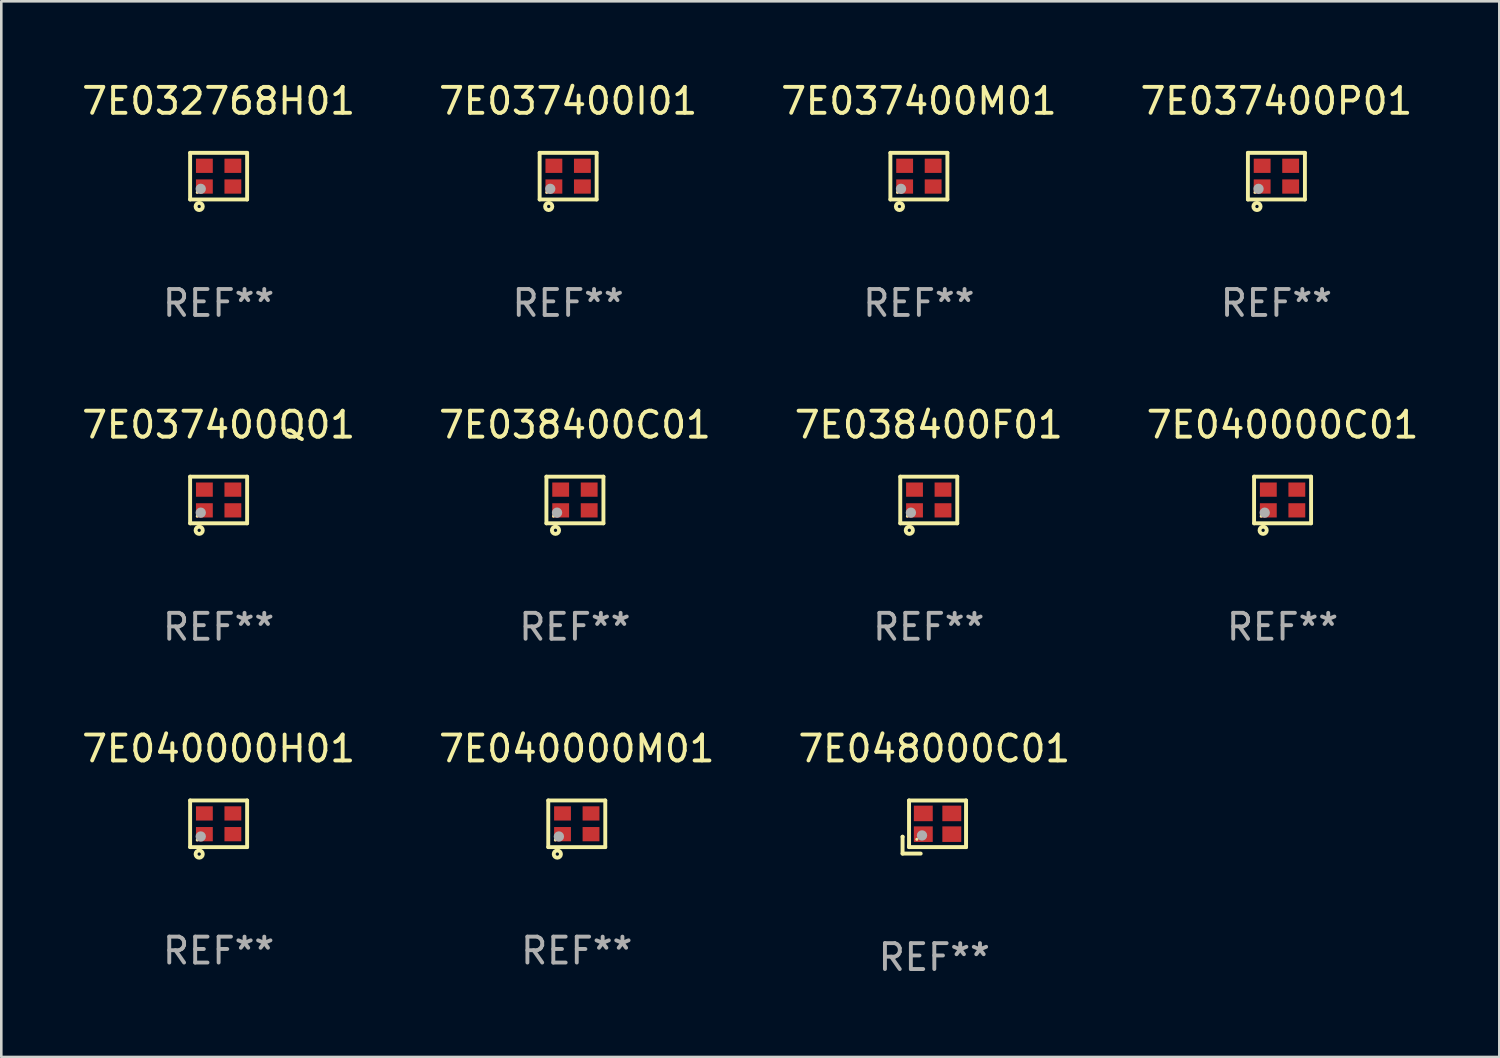
<source format=kicad_pcb>
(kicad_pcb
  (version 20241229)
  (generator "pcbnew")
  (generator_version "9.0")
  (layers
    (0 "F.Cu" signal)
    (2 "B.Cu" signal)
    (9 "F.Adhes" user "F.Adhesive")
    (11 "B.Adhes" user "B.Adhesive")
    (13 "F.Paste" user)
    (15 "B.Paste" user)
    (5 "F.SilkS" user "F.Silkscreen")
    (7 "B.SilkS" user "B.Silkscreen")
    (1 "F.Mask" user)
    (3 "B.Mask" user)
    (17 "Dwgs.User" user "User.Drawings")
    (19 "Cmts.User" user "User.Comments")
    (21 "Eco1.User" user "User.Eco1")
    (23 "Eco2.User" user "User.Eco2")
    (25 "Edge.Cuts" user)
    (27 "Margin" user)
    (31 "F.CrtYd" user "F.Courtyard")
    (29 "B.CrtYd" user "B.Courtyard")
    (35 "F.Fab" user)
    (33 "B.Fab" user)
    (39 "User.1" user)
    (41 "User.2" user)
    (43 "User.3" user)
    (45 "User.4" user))
  (footprint "7E038400F01"
    (layer "F.Cu")
    (at 32.792 16.245)
    (property "Reference" "7E038400F01" (at 0 -2.9 0) (layer "F.SilkS") (effects (font (size 1 1) (thickness 0.15))))
    (attr through_hole)
    (fp_line (start -1.1 -0.9) (end -1.1 0.9) (stroke (width 0.15) (type solid)) (layer "F.SilkS"))
    (fp_line (start -1.1 -0.9) (end 1.1 -0.9) (stroke (width 0.15) (type solid)) (layer "F.SilkS"))
    (fp_line (start -1.1 0.9) (end 1.1 0.9) (stroke (width 0.15) (type solid)) (layer "F.SilkS"))
    (fp_line (start 1.1 -0.9) (end 1.1 0.9) (stroke (width 0.15) (type solid)) (layer "F.SilkS"))
    (fp_circle (center -0.825 0.625) (end -0.795 0.625) (stroke (width 0.06) (type solid)) (fill no) (layer "F.SilkS"))
    (fp_circle (center -0.75 1.17) (end -0.686 1.17) (stroke (width 0.15) (type solid)) (fill no) (layer "F.SilkS"))
    (fp_circle (center -0.69 0.49) (end -0.59 0.49) (stroke (width 0.2) (type solid)) (fill no) (layer "F.Fab"))
    (fp_text user "REF**" (at 0 4.9 0) (layer "F.Fab") (effects (font (size 1 1) (thickness 0.15))))
    (pad "1" smd rect (at -0.55 0.4) (size 0.65 0.55) (layers "F.Cu" "F.Mask" "F.Paste"))
    (pad "2" smd rect (at 0.55 0.4) (size 0.65 0.55) (layers "F.Cu" "F.Mask" "F.Paste"))
    (pad "3" smd rect (at 0.55 -0.4) (size 0.65 0.55) (layers "F.Cu" "F.Mask" "F.Paste"))
    (pad "4" smd rect (at -0.55 -0.4) (size 0.65 0.55) (layers "F.Cu" "F.Mask" "F.Paste")))
  (footprint "7E037400Q01"
    (layer "F.Cu")
    (at 5.387 16.245)
    (property "Reference" "7E037400Q01" (at 0 -2.9 0) (layer "F.SilkS") (effects (font (size 1 1) (thickness 0.15))))
    (attr through_hole)
    (fp_line (start -1.1 -0.9) (end -1.1 0.9) (stroke (width 0.15) (type solid)) (layer "F.SilkS"))
    (fp_line (start -1.1 -0.9) (end 1.1 -0.9) (stroke (width 0.15) (type solid)) (layer "F.SilkS"))
    (fp_line (start -1.1 0.9) (end 1.1 0.9) (stroke (width 0.15) (type solid)) (layer "F.SilkS"))
    (fp_line (start 1.1 -0.9) (end 1.1 0.9) (stroke (width 0.15) (type solid)) (layer "F.SilkS"))
    (fp_circle (center -0.825 0.625) (end -0.795 0.625) (stroke (width 0.06) (type solid)) (fill no) (layer "F.SilkS"))
    (fp_circle (center -0.75 1.17) (end -0.686 1.17) (stroke (width 0.15) (type solid)) (fill no) (layer "F.SilkS"))
    (fp_circle (center -0.69 0.49) (end -0.59 0.49) (stroke (width 0.2) (type solid)) (fill no) (layer "F.Fab"))
    (fp_text user "REF**" (at 0 4.9 0) (layer "F.Fab") (effects (font (size 1 1) (thickness 0.15))))
    (pad "1" smd rect (at -0.55 0.4) (size 0.65 0.55) (layers "F.Cu" "F.Mask" "F.Paste"))
    (pad "2" smd rect (at 0.55 0.4) (size 0.65 0.55) (layers "F.Cu" "F.Mask" "F.Paste"))
    (pad "3" smd rect (at 0.55 -0.4) (size 0.65 0.55) (layers "F.Cu" "F.Mask" "F.Paste"))
    (pad "4" smd rect (at -0.55 -0.4) (size 0.65 0.55) (layers "F.Cu" "F.Mask" "F.Paste")))
  (footprint "7E040000M01"
    (layer "F.Cu")
    (at 19.208 28.741)
    (property "Reference" "7E040000M01" (at 0 -2.9 0) (layer "F.SilkS") (effects (font (size 1 1) (thickness 0.15))))
    (attr through_hole)
    (fp_line (start -1.1 -0.9) (end -1.1 0.9) (stroke (width 0.15) (type solid)) (layer "F.SilkS"))
    (fp_line (start -1.1 -0.9) (end 1.1 -0.9) (stroke (width 0.15) (type solid)) (layer "F.SilkS"))
    (fp_line (start -1.1 0.9) (end 1.1 0.9) (stroke (width 0.15) (type solid)) (layer "F.SilkS"))
    (fp_line (start 1.1 -0.9) (end 1.1 0.9) (stroke (width 0.15) (type solid)) (layer "F.SilkS"))
    (fp_circle (center -0.825 0.625) (end -0.795 0.625) (stroke (width 0.06) (type solid)) (fill no) (layer "F.SilkS"))
    (fp_circle (center -0.75 1.17) (end -0.686 1.17) (stroke (width 0.15) (type solid)) (fill no) (layer "F.SilkS"))
    (fp_circle (center -0.69 0.49) (end -0.59 0.49) (stroke (width 0.2) (type solid)) (fill no) (layer "F.Fab"))
    (fp_text user "REF**" (at 0 4.9 0) (layer "F.Fab") (effects (font (size 1 1) (thickness 0.15))))
    (pad "1" smd rect (at -0.55 0.4) (size 0.65 0.55) (layers "F.Cu" "F.Mask" "F.Paste"))
    (pad "2" smd rect (at 0.55 0.4) (size 0.65 0.55) (layers "F.Cu" "F.Mask" "F.Paste"))
    (pad "3" smd rect (at 0.55 -0.4) (size 0.65 0.55) (layers "F.Cu" "F.Mask" "F.Paste"))
    (pad "4" smd rect (at -0.55 -0.4) (size 0.65 0.55) (layers "F.Cu" "F.Mask" "F.Paste")))
  (footprint "7E038400C01"
    (layer "F.Cu")
    (at 19.137 16.245)
    (property "Reference" "7E038400C01" (at 0 -2.9 0) (layer "F.SilkS") (effects (font (size 1 1) (thickness 0.15))))
    (attr through_hole)
    (fp_line (start -1.1 -0.9) (end -1.1 0.9) (stroke (width 0.15) (type solid)) (layer "F.SilkS"))
    (fp_line (start -1.1 -0.9) (end 1.1 -0.9) (stroke (width 0.15) (type solid)) (layer "F.SilkS"))
    (fp_line (start -1.1 0.9) (end 1.1 0.9) (stroke (width 0.15) (type solid)) (layer "F.SilkS"))
    (fp_line (start 1.1 -0.9) (end 1.1 0.9) (stroke (width 0.15) (type solid)) (layer "F.SilkS"))
    (fp_circle (center -0.825 0.625) (end -0.795 0.625) (stroke (width 0.06) (type solid)) (fill no) (layer "F.SilkS"))
    (fp_circle (center -0.75 1.17) (end -0.686 1.17) (stroke (width 0.15) (type solid)) (fill no) (layer "F.SilkS"))
    (fp_circle (center -0.69 0.49) (end -0.59 0.49) (stroke (width 0.2) (type solid)) (fill no) (layer "F.Fab"))
    (fp_text user "REF**" (at 0 4.9 0) (layer "F.Fab") (effects (font (size 1 1) (thickness 0.15))))
    (pad "1" smd rect (at -0.55 0.4) (size 0.65 0.55) (layers "F.Cu" "F.Mask" "F.Paste"))
    (pad "2" smd rect (at 0.55 0.4) (size 0.65 0.55) (layers "F.Cu" "F.Mask" "F.Paste"))
    (pad "3" smd rect (at 0.55 -0.4) (size 0.65 0.55) (layers "F.Cu" "F.Mask" "F.Paste"))
    (pad "4" smd rect (at -0.55 -0.4) (size 0.65 0.55) (layers "F.Cu" "F.Mask" "F.Paste")))
  (footprint "7E048000C01"
    (layer "F.Cu")
    (at 33.006 28.866)
    (property "Reference" "7E048000C01" (at 0 -3.025 0) (layer "F.SilkS") (effects (font (size 1 1) (thickness 0.15))))
    (attr through_hole)
    (fp_line (start -1.225 0.375) (end -1.225 0.375) (stroke (width 0.152) (type solid)) (layer "F.SilkS"))
    (fp_line (start -1.225 0.375) (end -1.225 1.025) (stroke (width 0.152) (type solid)) (layer "F.SilkS"))
    (fp_line (start -1.225 1.025) (end -0.526 1.025) (stroke (width 0.152) (type solid)) (layer "F.SilkS"))
    (fp_line (start -0.975 -1.025) (end -0.975 0.725) (stroke (width 0.152) (type solid)) (layer "F.SilkS"))
    (fp_line (start -0.975 0.725) (end -0.975 0.775) (stroke (width 0.152) (type solid)) (layer "F.SilkS"))
    (fp_line (start -0.975 0.775) (end 1.225 0.775) (stroke (width 0.152) (type solid)) (layer "F.SilkS"))
    (fp_line (start 1.225 -1.025) (end -0.975 -1.025) (stroke (width 0.152) (type solid)) (layer "F.SilkS"))
    (fp_line (start 1.225 0.775) (end 1.225 -1.025) (stroke (width 0.152) (type solid)) (layer "F.SilkS"))
    (fp_circle (center -0.675 0.475) (end -0.645 0.475) (stroke (width 0.06) (type solid)) (fill no) (layer "F.SilkS"))
    (fp_circle (center -0.475 0.325) (end -0.375 0.325) (stroke (width 0.2) (type solid)) (fill no) (layer "F.Fab"))
    (fp_text user "REF**" (at 0 5.025 0) (layer "F.Fab") (effects (font (size 1 1) (thickness 0.15))))
    (pad "1" smd rect (at -0.425 0.275) (size 0.73 0.6) (layers "F.Cu" "F.Mask" "F.Paste"))
    (pad "2" smd rect (at 0.675 0.275) (size 0.73 0.6) (layers "F.Cu" "F.Mask" "F.Paste"))
    (pad "3" smd rect (at 0.675 -0.525) (size 0.73 0.6) (layers "F.Cu" "F.Mask" "F.Paste"))
    (pad "4" smd rect (at -0.425 -0.525) (size 0.73 0.6) (layers "F.Cu" "F.Mask" "F.Paste")))
  (footprint "7E037400M01"
    (layer "F.Cu")
    (at 32.411 3.748)
    (property "Reference" "7E037400M01" (at 0 -2.9 0) (layer "F.SilkS") (effects (font (size 1 1) (thickness 0.15))))
    (attr through_hole)
    (fp_line (start -1.1 -0.9) (end -1.1 0.9) (stroke (width 0.15) (type solid)) (layer "F.SilkS"))
    (fp_line (start -1.1 -0.9) (end 1.1 -0.9) (stroke (width 0.15) (type solid)) (layer "F.SilkS"))
    (fp_line (start -1.1 0.9) (end 1.1 0.9) (stroke (width 0.15) (type solid)) (layer "F.SilkS"))
    (fp_line (start 1.1 -0.9) (end 1.1 0.9) (stroke (width 0.15) (type solid)) (layer "F.SilkS"))
    (fp_circle (center -0.825 0.625) (end -0.795 0.625) (stroke (width 0.06) (type solid)) (fill no) (layer "F.SilkS"))
    (fp_circle (center -0.75 1.17) (end -0.686 1.17) (stroke (width 0.15) (type solid)) (fill no) (layer "F.SilkS"))
    (fp_circle (center -0.69 0.49) (end -0.59 0.49) (stroke (width 0.2) (type solid)) (fill no) (layer "F.Fab"))
    (fp_text user "REF**" (at 0 4.9 0) (layer "F.Fab") (effects (font (size 1 1) (thickness 0.15))))
    (pad "1" smd rect (at -0.55 0.4) (size 0.65 0.55) (layers "F.Cu" "F.Mask" "F.Paste"))
    (pad "2" smd rect (at 0.55 0.4) (size 0.65 0.55) (layers "F.Cu" "F.Mask" "F.Paste"))
    (pad "3" smd rect (at 0.55 -0.4) (size 0.65 0.55) (layers "F.Cu" "F.Mask" "F.Paste"))
    (pad "4" smd rect (at -0.55 -0.4) (size 0.65 0.55) (layers "F.Cu" "F.Mask" "F.Paste")))
  (footprint "7E037400P01"
    (layer "F.Cu")
    (at 46.208 3.748)
    (property "Reference" "7E037400P01" (at 0 -2.9 0) (layer "F.SilkS") (effects (font (size 1 1) (thickness 0.15))))
    (attr through_hole)
    (fp_line (start -1.1 -0.9) (end -1.1 0.9) (stroke (width 0.15) (type solid)) (layer "F.SilkS"))
    (fp_line (start -1.1 -0.9) (end 1.1 -0.9) (stroke (width 0.15) (type solid)) (layer "F.SilkS"))
    (fp_line (start -1.1 0.9) (end 1.1 0.9) (stroke (width 0.15) (type solid)) (layer "F.SilkS"))
    (fp_line (start 1.1 -0.9) (end 1.1 0.9) (stroke (width 0.15) (type solid)) (layer "F.SilkS"))
    (fp_circle (center -0.825 0.625) (end -0.795 0.625) (stroke (width 0.06) (type solid)) (fill no) (layer "F.SilkS"))
    (fp_circle (center -0.75 1.17) (end -0.686 1.17) (stroke (width 0.15) (type solid)) (fill no) (layer "F.SilkS"))
    (fp_circle (center -0.69 0.49) (end -0.59 0.49) (stroke (width 0.2) (type solid)) (fill no) (layer "F.Fab"))
    (fp_text user "REF**" (at 0 4.9 0) (layer "F.Fab") (effects (font (size 1 1) (thickness 0.15))))
    (pad "1" smd rect (at -0.55 0.4) (size 0.65 0.55) (layers "F.Cu" "F.Mask" "F.Paste"))
    (pad "2" smd rect (at 0.55 0.4) (size 0.65 0.55) (layers "F.Cu" "F.Mask" "F.Paste"))
    (pad "3" smd rect (at 0.55 -0.4) (size 0.65 0.55) (layers "F.Cu" "F.Mask" "F.Paste"))
    (pad "4" smd rect (at -0.55 -0.4) (size 0.65 0.55) (layers "F.Cu" "F.Mask" "F.Paste")))
  (footprint "7E037400I01"
    (layer "F.Cu")
    (at 18.875 3.748)
    (property "Reference" "7E037400I01" (at 0 -2.9 0) (layer "F.SilkS") (effects (font (size 1 1) (thickness 0.15))))
    (attr through_hole)
    (fp_line (start -1.1 -0.9) (end -1.1 0.9) (stroke (width 0.15) (type solid)) (layer "F.SilkS"))
    (fp_line (start -1.1 -0.9) (end 1.1 -0.9) (stroke (width 0.15) (type solid)) (layer "F.SilkS"))
    (fp_line (start -1.1 0.9) (end 1.1 0.9) (stroke (width 0.15) (type solid)) (layer "F.SilkS"))
    (fp_line (start 1.1 -0.9) (end 1.1 0.9) (stroke (width 0.15) (type solid)) (layer "F.SilkS"))
    (fp_circle (center -0.825 0.625) (end -0.795 0.625) (stroke (width 0.06) (type solid)) (fill no) (layer "F.SilkS"))
    (fp_circle (center -0.75 1.17) (end -0.686 1.17) (stroke (width 0.15) (type solid)) (fill no) (layer "F.SilkS"))
    (fp_circle (center -0.69 0.49) (end -0.59 0.49) (stroke (width 0.2) (type solid)) (fill no) (layer "F.Fab"))
    (fp_text user "REF**" (at 0 4.9 0) (layer "F.Fab") (effects (font (size 1 1) (thickness 0.15))))
    (pad "1" smd rect (at -0.55 0.4) (size 0.65 0.55) (layers "F.Cu" "F.Mask" "F.Paste"))
    (pad "2" smd rect (at 0.55 0.4) (size 0.65 0.55) (layers "F.Cu" "F.Mask" "F.Paste"))
    (pad "3" smd rect (at 0.55 -0.4) (size 0.65 0.55) (layers "F.Cu" "F.Mask" "F.Paste"))
    (pad "4" smd rect (at -0.55 -0.4) (size 0.65 0.55) (layers "F.Cu" "F.Mask" "F.Paste")))
  (footprint "7E040000H01"
    (layer "F.Cu")
    (at 5.387 28.741)
    (property "Reference" "7E040000H01" (at 0 -2.9 0) (layer "F.SilkS") (effects (font (size 1 1) (thickness 0.15))))
    (attr through_hole)
    (fp_line (start -1.1 -0.9) (end -1.1 0.9) (stroke (width 0.15) (type solid)) (layer "F.SilkS"))
    (fp_line (start -1.1 -0.9) (end 1.1 -0.9) (stroke (width 0.15) (type solid)) (layer "F.SilkS"))
    (fp_line (start -1.1 0.9) (end 1.1 0.9) (stroke (width 0.15) (type solid)) (layer "F.SilkS"))
    (fp_line (start 1.1 -0.9) (end 1.1 0.9) (stroke (width 0.15) (type solid)) (layer "F.SilkS"))
    (fp_circle (center -0.825 0.625) (end -0.795 0.625) (stroke (width 0.06) (type solid)) (fill no) (layer "F.SilkS"))
    (fp_circle (center -0.75 1.17) (end -0.686 1.17) (stroke (width 0.15) (type solid)) (fill no) (layer "F.SilkS"))
    (fp_circle (center -0.69 0.49) (end -0.59 0.49) (stroke (width 0.2) (type solid)) (fill no) (layer "F.Fab"))
    (fp_text user "REF**" (at 0 4.9 0) (layer "F.Fab") (effects (font (size 1 1) (thickness 0.15))))
    (pad "1" smd rect (at -0.55 0.4) (size 0.65 0.55) (layers "F.Cu" "F.Mask" "F.Paste"))
    (pad "2" smd rect (at 0.55 0.4) (size 0.65 0.55) (layers "F.Cu" "F.Mask" "F.Paste"))
    (pad "3" smd rect (at 0.55 -0.4) (size 0.65 0.55) (layers "F.Cu" "F.Mask" "F.Paste"))
    (pad "4" smd rect (at -0.55 -0.4) (size 0.65 0.55) (layers "F.Cu" "F.Mask" "F.Paste")))
  (footprint "7E032768H01"
    (layer "F.Cu")
    (at 5.387 3.748)
    (property "Reference" "7E032768H01" (at 0 -2.9 0) (layer "F.SilkS") (effects (font (size 1 1) (thickness 0.15))))
    (attr through_hole)
    (fp_line (start -1.1 -0.9) (end -1.1 0.9) (stroke (width 0.15) (type solid)) (layer "F.SilkS"))
    (fp_line (start -1.1 -0.9) (end 1.1 -0.9) (stroke (width 0.15) (type solid)) (layer "F.SilkS"))
    (fp_line (start -1.1 0.9) (end 1.1 0.9) (stroke (width 0.15) (type solid)) (layer "F.SilkS"))
    (fp_line (start 1.1 -0.9) (end 1.1 0.9) (stroke (width 0.15) (type solid)) (layer "F.SilkS"))
    (fp_circle (center -0.825 0.625) (end -0.795 0.625) (stroke (width 0.06) (type solid)) (fill no) (layer "F.SilkS"))
    (fp_circle (center -0.75 1.17) (end -0.686 1.17) (stroke (width 0.15) (type solid)) (fill no) (layer "F.SilkS"))
    (fp_circle (center -0.69 0.49) (end -0.59 0.49) (stroke (width 0.2) (type solid)) (fill no) (layer "F.Fab"))
    (fp_text user "REF**" (at 0 4.9 0) (layer "F.Fab") (effects (font (size 1 1) (thickness 0.15))))
    (pad "1" smd rect (at -0.55 0.4) (size 0.65 0.55) (layers "F.Cu" "F.Mask" "F.Paste"))
    (pad "2" smd rect (at 0.55 0.4) (size 0.65 0.55) (layers "F.Cu" "F.Mask" "F.Paste"))
    (pad "3" smd rect (at 0.55 -0.4) (size 0.65 0.55) (layers "F.Cu" "F.Mask" "F.Paste"))
    (pad "4" smd rect (at -0.55 -0.4) (size 0.65 0.55) (layers "F.Cu" "F.Mask" "F.Paste")))
  (footprint "7E040000C01"
    (layer "F.Cu")
    (at 46.446 16.245)
    (property "Reference" "7E040000C01" (at 0 -2.9 0) (layer "F.SilkS") (effects (font (size 1 1) (thickness 0.15))))
    (attr through_hole)
    (fp_line (start -1.1 -0.9) (end -1.1 0.9) (stroke (width 0.15) (type solid)) (layer "F.SilkS"))
    (fp_line (start -1.1 -0.9) (end 1.1 -0.9) (stroke (width 0.15) (type solid)) (layer "F.SilkS"))
    (fp_line (start -1.1 0.9) (end 1.1 0.9) (stroke (width 0.15) (type solid)) (layer "F.SilkS"))
    (fp_line (start 1.1 -0.9) (end 1.1 0.9) (stroke (width 0.15) (type solid)) (layer "F.SilkS"))
    (fp_circle (center -0.825 0.625) (end -0.795 0.625) (stroke (width 0.06) (type solid)) (fill no) (layer "F.SilkS"))
    (fp_circle (center -0.75 1.17) (end -0.686 1.17) (stroke (width 0.15) (type solid)) (fill no) (layer "F.SilkS"))
    (fp_circle (center -0.69 0.49) (end -0.59 0.49) (stroke (width 0.2) (type solid)) (fill no) (layer "F.Fab"))
    (fp_text user "REF**" (at 0 4.9 0) (layer "F.Fab") (effects (font (size 1 1) (thickness 0.15))))
    (pad "1" smd rect (at -0.55 0.4) (size 0.65 0.55) (layers "F.Cu" "F.Mask" "F.Paste"))
    (pad "2" smd rect (at 0.55 0.4) (size 0.65 0.55) (layers "F.Cu" "F.Mask" "F.Paste"))
    (pad "3" smd rect (at 0.55 -0.4) (size 0.65 0.55) (layers "F.Cu" "F.Mask" "F.Paste"))
    (pad "4" smd rect (at -0.55 -0.4) (size 0.65 0.55) (layers "F.Cu" "F.Mask" "F.Paste")))
  (gr_rect
    (start -3 -3)
    (end 54.81 37.74)
    (stroke (width 0.1) (type default))
    (fill no)
    (layer "Edge.Cuts")))
</source>
